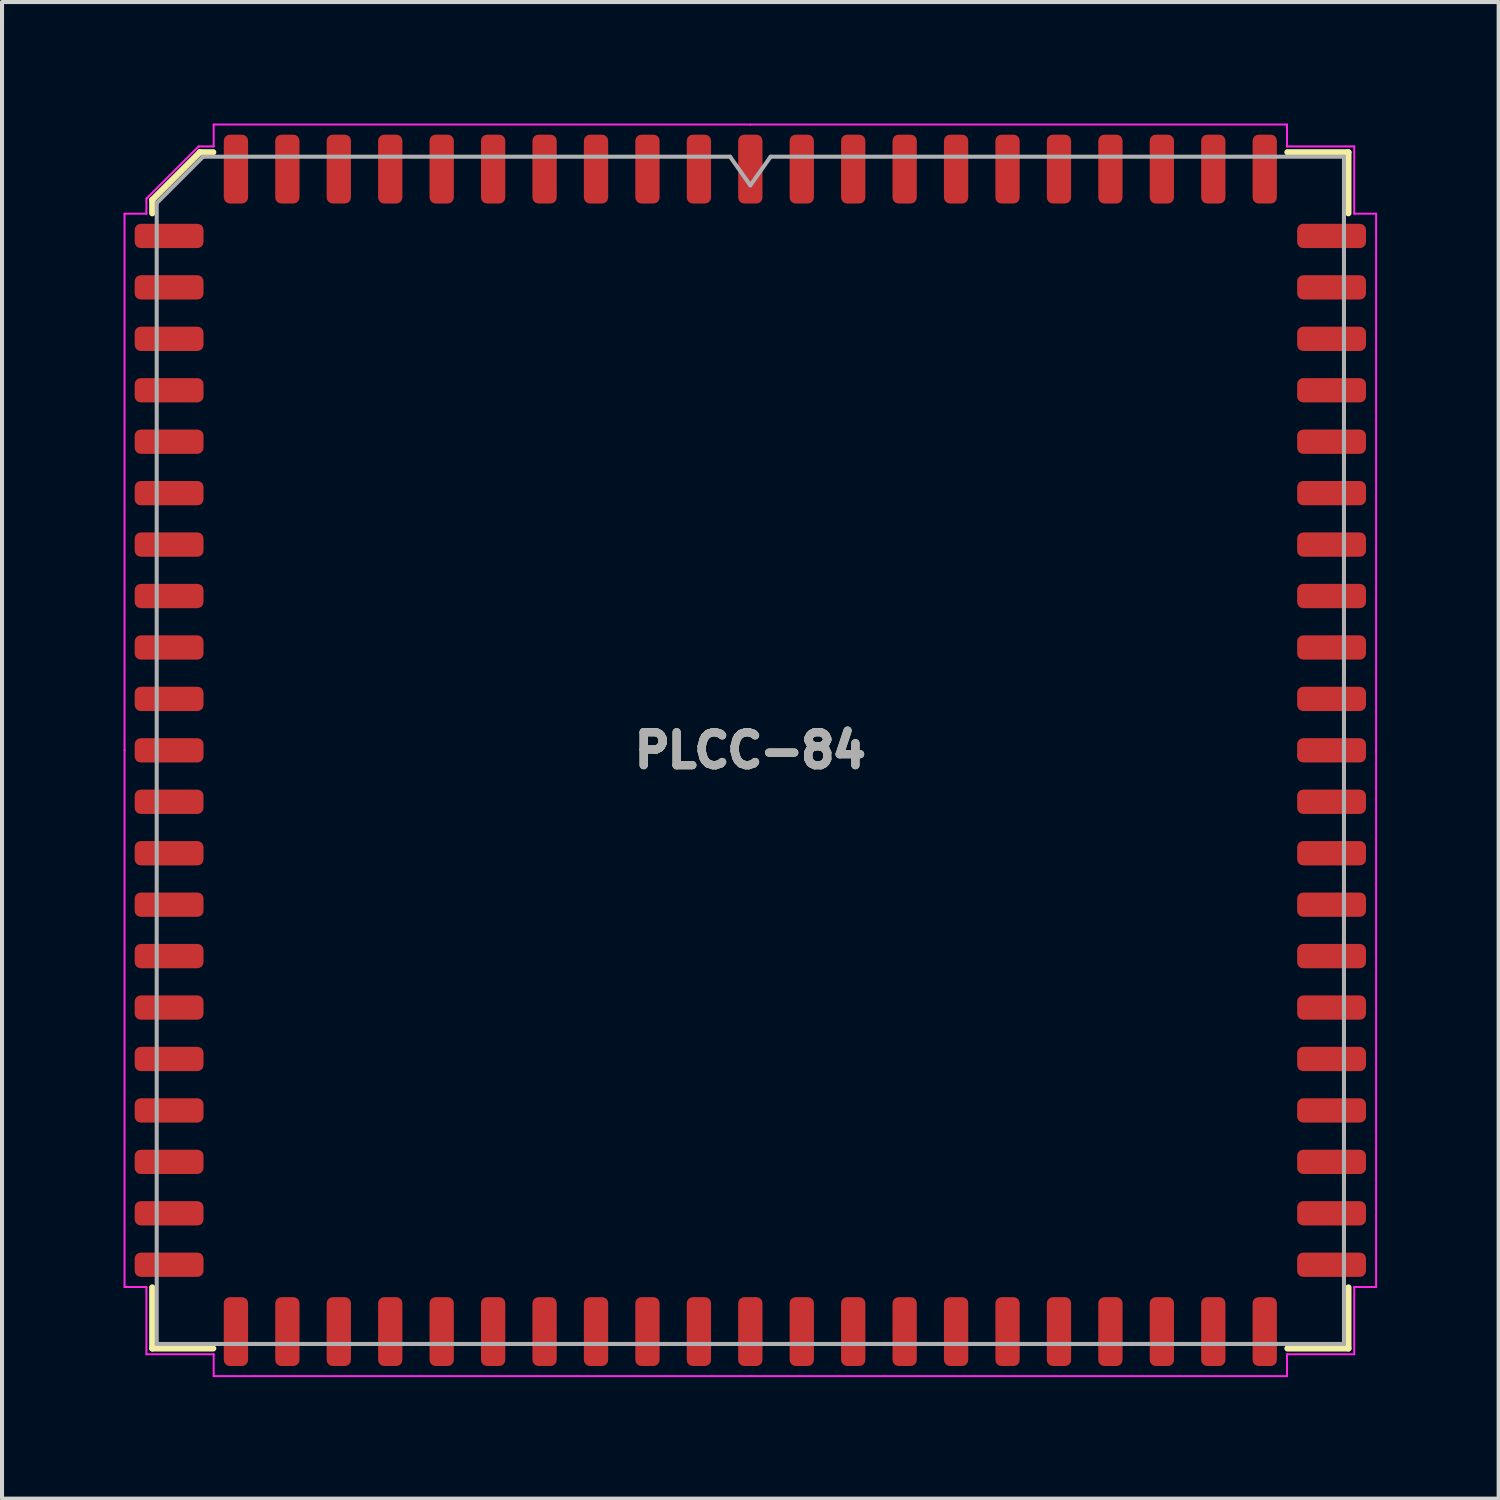
<source format=kicad_pcb>
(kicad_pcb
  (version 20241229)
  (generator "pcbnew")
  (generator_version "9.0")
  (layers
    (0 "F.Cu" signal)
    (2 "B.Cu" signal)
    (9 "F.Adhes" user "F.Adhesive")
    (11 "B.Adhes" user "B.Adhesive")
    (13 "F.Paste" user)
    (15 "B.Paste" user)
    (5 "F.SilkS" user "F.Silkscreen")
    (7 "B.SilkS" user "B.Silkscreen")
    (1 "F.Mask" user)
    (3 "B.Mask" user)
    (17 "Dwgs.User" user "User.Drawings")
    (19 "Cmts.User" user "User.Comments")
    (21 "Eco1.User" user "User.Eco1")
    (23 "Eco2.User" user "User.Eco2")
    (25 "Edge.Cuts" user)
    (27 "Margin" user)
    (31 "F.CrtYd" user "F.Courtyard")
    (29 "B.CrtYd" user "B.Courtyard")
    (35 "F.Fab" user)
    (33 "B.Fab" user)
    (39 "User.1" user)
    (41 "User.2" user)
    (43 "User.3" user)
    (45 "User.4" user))
  (footprint "PLCC-84"
    (layer "F.Cu")
    (at 15.475 15.475)
    (property "Reference" "PLCC-84" (at 0 0 0) (layer "F.Fab") (effects (font (size 0.813 0.813) (thickness 0.203))))
    (attr smd)
    (fp_line (start -14.766 -13.591) (end -14.766 -13.26) (stroke (width 0.152) (type solid)) (layer "F.SilkS"))
    (fp_line (start -14.766 14.766) (end -14.766 13.26) (stroke (width 0.152) (type solid)) (layer "F.SilkS"))
    (fp_line (start -13.591 -14.766) (end -14.766 -13.591) (stroke (width 0.152) (type solid)) (layer "F.SilkS"))
    (fp_line (start -13.26 -14.766) (end -13.591 -14.766) (stroke (width 0.152) (type solid)) (layer "F.SilkS"))
    (fp_line (start -13.26 14.766) (end -14.766 14.766) (stroke (width 0.152) (type solid)) (layer "F.SilkS"))
    (fp_line (start 13.26 -14.766) (end 14.766 -14.766) (stroke (width 0.152) (type solid)) (layer "F.SilkS"))
    (fp_line (start 13.26 14.766) (end 14.766 14.766) (stroke (width 0.152) (type solid)) (layer "F.SilkS"))
    (fp_line (start 14.766 -14.766) (end 14.766 -13.26) (stroke (width 0.152) (type solid)) (layer "F.SilkS"))
    (fp_line (start 14.766 14.766) (end 14.766 13.26) (stroke (width 0.152) (type solid)) (layer "F.SilkS"))
    (fp_line (start -15.45 -13.25) (end -15.45 0) (stroke (width 0.05) (type solid)) (layer "F.CrtYd"))
    (fp_line (start -15.45 13.25) (end -15.45 0) (stroke (width 0.05) (type solid)) (layer "F.CrtYd"))
    (fp_line (start -14.91 -13.62) (end -14.91 -13.25) (stroke (width 0.05) (type solid)) (layer "F.CrtYd"))
    (fp_line (start -14.91 -13.25) (end -15.45 -13.25) (stroke (width 0.05) (type solid)) (layer "F.CrtYd"))
    (fp_line (start -14.91 13.25) (end -15.45 13.25) (stroke (width 0.05) (type solid)) (layer "F.CrtYd"))
    (fp_line (start -14.91 14.91) (end -14.91 13.25) (stroke (width 0.05) (type solid)) (layer "F.CrtYd"))
    (fp_line (start -13.62 -14.91) (end -14.91 -13.62) (stroke (width 0.05) (type solid)) (layer "F.CrtYd"))
    (fp_line (start -13.25 -15.45) (end -13.25 -14.91) (stroke (width 0.05) (type solid)) (layer "F.CrtYd"))
    (fp_line (start -13.25 -14.91) (end -13.62 -14.91) (stroke (width 0.05) (type solid)) (layer "F.CrtYd"))
    (fp_line (start -13.25 14.91) (end -14.91 14.91) (stroke (width 0.05) (type solid)) (layer "F.CrtYd"))
    (fp_line (start -13.25 15.45) (end -13.25 14.91) (stroke (width 0.05) (type solid)) (layer "F.CrtYd"))
    (fp_line (start 0 -15.45) (end -13.25 -15.45) (stroke (width 0.05) (type solid)) (layer "F.CrtYd"))
    (fp_line (start 0 -15.45) (end 13.25 -15.45) (stroke (width 0.05) (type solid)) (layer "F.CrtYd"))
    (fp_line (start 0 15.45) (end -13.25 15.45) (stroke (width 0.05) (type solid)) (layer "F.CrtYd"))
    (fp_line (start 0 15.45) (end 13.25 15.45) (stroke (width 0.05) (type solid)) (layer "F.CrtYd"))
    (fp_line (start 13.25 -15.45) (end 13.25 -14.91) (stroke (width 0.05) (type solid)) (layer "F.CrtYd"))
    (fp_line (start 13.25 -14.91) (end 14.91 -14.91) (stroke (width 0.05) (type solid)) (layer "F.CrtYd"))
    (fp_line (start 13.25 14.91) (end 14.91 14.91) (stroke (width 0.05) (type solid)) (layer "F.CrtYd"))
    (fp_line (start 13.25 15.45) (end 13.25 14.91) (stroke (width 0.05) (type solid)) (layer "F.CrtYd"))
    (fp_line (start 14.91 -14.91) (end 14.91 -13.25) (stroke (width 0.05) (type solid)) (layer "F.CrtYd"))
    (fp_line (start 14.91 -13.25) (end 15.45 -13.25) (stroke (width 0.05) (type solid)) (layer "F.CrtYd"))
    (fp_line (start 14.91 13.25) (end 15.45 13.25) (stroke (width 0.05) (type solid)) (layer "F.CrtYd"))
    (fp_line (start 14.91 14.91) (end 14.91 13.25) (stroke (width 0.05) (type solid)) (layer "F.CrtYd"))
    (fp_line (start 15.45 -13.25) (end 15.45 0) (stroke (width 0.05) (type solid)) (layer "F.CrtYd"))
    (fp_line (start 15.45 13.25) (end 15.45 0) (stroke (width 0.05) (type solid)) (layer "F.CrtYd"))
    (fp_line (start -14.656 -13.513) (end -13.513 -14.656) (stroke (width 0.1) (type solid)) (layer "F.Fab"))
    (fp_line (start -14.656 14.656) (end -14.656 -13.513) (stroke (width 0.1) (type solid)) (layer "F.Fab"))
    (fp_line (start -13.513 -14.656) (end -0.5 -14.656) (stroke (width 0.1) (type solid)) (layer "F.Fab"))
    (fp_line (start -0.5 -14.656) (end 0 -13.949) (stroke (width 0.1) (type solid)) (layer "F.Fab"))
    (fp_line (start 0 -13.949) (end 0.5 -14.656) (stroke (width 0.1) (type solid)) (layer "F.Fab"))
    (fp_line (start 0.5 -14.656) (end 14.656 -14.656) (stroke (width 0.1) (type solid)) (layer "F.Fab"))
    (fp_line (start 14.656 -14.656) (end 14.656 14.656) (stroke (width 0.1) (type solid)) (layer "F.Fab"))
    (fp_line (start 14.656 14.656) (end -14.656 14.656) (stroke (width 0.1) (type solid)) (layer "F.Fab"))
    (fp_text user "${REFERENCE}" (at 0 0 0) (layer "F.SilkS") (effects (font (size 0.813 0.813) (thickness 0.203))))
    (pad "1" smd roundrect (at 0 -14.35) (size 0.6 1.7) (layers "F.Cu" "F.Mask" "F.Paste") (roundrect_rratio 0.25))
    (pad "2" smd roundrect (at -1.27 -14.35) (size 0.6 1.7) (layers "F.Cu" "F.Mask" "F.Paste") (roundrect_rratio 0.25))
    (pad "3" smd roundrect (at -2.54 -14.35) (size 0.6 1.7) (layers "F.Cu" "F.Mask" "F.Paste") (roundrect_rratio 0.25))
    (pad "4" smd roundrect (at -3.81 -14.35) (size 0.6 1.7) (layers "F.Cu" "F.Mask" "F.Paste") (roundrect_rratio 0.25))
    (pad "5" smd roundrect (at -5.08 -14.35) (size 0.6 1.7) (layers "F.Cu" "F.Mask" "F.Paste") (roundrect_rratio 0.25))
    (pad "6" smd roundrect (at -6.35 -14.35) (size 0.6 1.7) (layers "F.Cu" "F.Mask" "F.Paste") (roundrect_rratio 0.25))
    (pad "7" smd roundrect (at -7.62 -14.35) (size 0.6 1.7) (layers "F.Cu" "F.Mask" "F.Paste") (roundrect_rratio 0.25))
    (pad "8" smd roundrect (at -8.89 -14.35) (size 0.6 1.7) (layers "F.Cu" "F.Mask" "F.Paste") (roundrect_rratio 0.25))
    (pad "9" smd roundrect (at -10.16 -14.35) (size 0.6 1.7) (layers "F.Cu" "F.Mask" "F.Paste") (roundrect_rratio 0.25))
    (pad "10" smd roundrect (at -11.43 -14.35) (size 0.6 1.7) (layers "F.Cu" "F.Mask" "F.Paste") (roundrect_rratio 0.25))
    (pad "11" smd roundrect (at -12.7 -14.35) (size 0.6 1.7) (layers "F.Cu" "F.Mask" "F.Paste") (roundrect_rratio 0.25))
    (pad "12" smd roundrect (at -14.35 -12.7) (size 1.7 0.6) (layers "F.Cu" "F.Mask" "F.Paste") (roundrect_rratio 0.25))
    (pad "13" smd roundrect (at -14.35 -11.43) (size 1.7 0.6) (layers "F.Cu" "F.Mask" "F.Paste") (roundrect_rratio 0.25))
    (pad "14" smd roundrect (at -14.35 -10.16) (size 1.7 0.6) (layers "F.Cu" "F.Mask" "F.Paste") (roundrect_rratio 0.25))
    (pad "15" smd roundrect (at -14.35 -8.89) (size 1.7 0.6) (layers "F.Cu" "F.Mask" "F.Paste") (roundrect_rratio 0.25))
    (pad "16" smd roundrect (at -14.35 -7.62) (size 1.7 0.6) (layers "F.Cu" "F.Mask" "F.Paste") (roundrect_rratio 0.25))
    (pad "17" smd roundrect (at -14.35 -6.35) (size 1.7 0.6) (layers "F.Cu" "F.Mask" "F.Paste") (roundrect_rratio 0.25))
    (pad "18" smd roundrect (at -14.35 -5.08) (size 1.7 0.6) (layers "F.Cu" "F.Mask" "F.Paste") (roundrect_rratio 0.25))
    (pad "19" smd roundrect (at -14.35 -3.81) (size 1.7 0.6) (layers "F.Cu" "F.Mask" "F.Paste") (roundrect_rratio 0.25))
    (pad "20" smd roundrect (at -14.35 -2.54) (size 1.7 0.6) (layers "F.Cu" "F.Mask" "F.Paste") (roundrect_rratio 0.25))
    (pad "21" smd roundrect (at -14.35 -1.27) (size 1.7 0.6) (layers "F.Cu" "F.Mask" "F.Paste") (roundrect_rratio 0.25))
    (pad "22" smd roundrect (at -14.35 0) (size 1.7 0.6) (layers "F.Cu" "F.Mask" "F.Paste") (roundrect_rratio 0.25))
    (pad "23" smd roundrect (at -14.35 1.27) (size 1.7 0.6) (layers "F.Cu" "F.Mask" "F.Paste") (roundrect_rratio 0.25))
    (pad "24" smd roundrect (at -14.35 2.54) (size 1.7 0.6) (layers "F.Cu" "F.Mask" "F.Paste") (roundrect_rratio 0.25))
    (pad "25" smd roundrect (at -14.35 3.81) (size 1.7 0.6) (layers "F.Cu" "F.Mask" "F.Paste") (roundrect_rratio 0.25))
    (pad "26" smd roundrect (at -14.35 5.08) (size 1.7 0.6) (layers "F.Cu" "F.Mask" "F.Paste") (roundrect_rratio 0.25))
    (pad "27" smd roundrect (at -14.35 6.35) (size 1.7 0.6) (layers "F.Cu" "F.Mask" "F.Paste") (roundrect_rratio 0.25))
    (pad "28" smd roundrect (at -14.35 7.62) (size 1.7 0.6) (layers "F.Cu" "F.Mask" "F.Paste") (roundrect_rratio 0.25))
    (pad "29" smd roundrect (at -14.35 8.89) (size 1.7 0.6) (layers "F.Cu" "F.Mask" "F.Paste") (roundrect_rratio 0.25))
    (pad "30" smd roundrect (at -14.35 10.16) (size 1.7 0.6) (layers "F.Cu" "F.Mask" "F.Paste") (roundrect_rratio 0.25))
    (pad "31" smd roundrect (at -14.35 11.43) (size 1.7 0.6) (layers "F.Cu" "F.Mask" "F.Paste") (roundrect_rratio 0.25))
    (pad "32" smd roundrect (at -14.35 12.7) (size 1.7 0.6) (layers "F.Cu" "F.Mask" "F.Paste") (roundrect_rratio 0.25))
    (pad "33" smd roundrect (at -12.7 14.35) (size 0.6 1.7) (layers "F.Cu" "F.Mask" "F.Paste") (roundrect_rratio 0.25))
    (pad "34" smd roundrect (at -11.43 14.35) (size 0.6 1.7) (layers "F.Cu" "F.Mask" "F.Paste") (roundrect_rratio 0.25))
    (pad "35" smd roundrect (at -10.16 14.35) (size 0.6 1.7) (layers "F.Cu" "F.Mask" "F.Paste") (roundrect_rratio 0.25))
    (pad "36" smd roundrect (at -8.89 14.35) (size 0.6 1.7) (layers "F.Cu" "F.Mask" "F.Paste") (roundrect_rratio 0.25))
    (pad "37" smd roundrect (at -7.62 14.35) (size 0.6 1.7) (layers "F.Cu" "F.Mask" "F.Paste") (roundrect_rratio 0.25))
    (pad "38" smd roundrect (at -6.35 14.35) (size 0.6 1.7) (layers "F.Cu" "F.Mask" "F.Paste") (roundrect_rratio 0.25))
    (pad "39" smd roundrect (at -5.08 14.35) (size 0.6 1.7) (layers "F.Cu" "F.Mask" "F.Paste") (roundrect_rratio 0.25))
    (pad "40" smd roundrect (at -3.81 14.35) (size 0.6 1.7) (layers "F.Cu" "F.Mask" "F.Paste") (roundrect_rratio 0.25))
    (pad "41" smd roundrect (at -2.54 14.35) (size 0.6 1.7) (layers "F.Cu" "F.Mask" "F.Paste") (roundrect_rratio 0.25))
    (pad "42" smd roundrect (at -1.27 14.35) (size 0.6 1.7) (layers "F.Cu" "F.Mask" "F.Paste") (roundrect_rratio 0.25))
    (pad "43" smd roundrect (at 0 14.35) (size 0.6 1.7) (layers "F.Cu" "F.Mask" "F.Paste") (roundrect_rratio 0.25))
    (pad "44" smd roundrect (at 1.27 14.35) (size 0.6 1.7) (layers "F.Cu" "F.Mask" "F.Paste") (roundrect_rratio 0.25))
    (pad "45" smd roundrect (at 2.54 14.35) (size 0.6 1.7) (layers "F.Cu" "F.Mask" "F.Paste") (roundrect_rratio 0.25))
    (pad "46" smd roundrect (at 3.81 14.35) (size 0.6 1.7) (layers "F.Cu" "F.Mask" "F.Paste") (roundrect_rratio 0.25))
    (pad "47" smd roundrect (at 5.08 14.35) (size 0.6 1.7) (layers "F.Cu" "F.Mask" "F.Paste") (roundrect_rratio 0.25))
    (pad "48" smd roundrect (at 6.35 14.35) (size 0.6 1.7) (layers "F.Cu" "F.Mask" "F.Paste") (roundrect_rratio 0.25))
    (pad "49" smd roundrect (at 7.62 14.35) (size 0.6 1.7) (layers "F.Cu" "F.Mask" "F.Paste") (roundrect_rratio 0.25))
    (pad "50" smd roundrect (at 8.89 14.35) (size 0.6 1.7) (layers "F.Cu" "F.Mask" "F.Paste") (roundrect_rratio 0.25))
    (pad "51" smd roundrect (at 10.16 14.35) (size 0.6 1.7) (layers "F.Cu" "F.Mask" "F.Paste") (roundrect_rratio 0.25))
    (pad "52" smd roundrect (at 11.43 14.35) (size 0.6 1.7) (layers "F.Cu" "F.Mask" "F.Paste") (roundrect_rratio 0.25))
    (pad "53" smd roundrect (at 12.7 14.35) (size 0.6 1.7) (layers "F.Cu" "F.Mask" "F.Paste") (roundrect_rratio 0.25))
    (pad "54" smd roundrect (at 14.35 12.7) (size 1.7 0.6) (layers "F.Cu" "F.Mask" "F.Paste") (roundrect_rratio 0.25))
    (pad "55" smd roundrect (at 14.35 11.43) (size 1.7 0.6) (layers "F.Cu" "F.Mask" "F.Paste") (roundrect_rratio 0.25))
    (pad "56" smd roundrect (at 14.35 10.16) (size 1.7 0.6) (layers "F.Cu" "F.Mask" "F.Paste") (roundrect_rratio 0.25))
    (pad "57" smd roundrect (at 14.35 8.89) (size 1.7 0.6) (layers "F.Cu" "F.Mask" "F.Paste") (roundrect_rratio 0.25))
    (pad "58" smd roundrect (at 14.35 7.62) (size 1.7 0.6) (layers "F.Cu" "F.Mask" "F.Paste") (roundrect_rratio 0.25))
    (pad "59" smd roundrect (at 14.35 6.35) (size 1.7 0.6) (layers "F.Cu" "F.Mask" "F.Paste") (roundrect_rratio 0.25))
    (pad "60" smd roundrect (at 14.35 5.08) (size 1.7 0.6) (layers "F.Cu" "F.Mask" "F.Paste") (roundrect_rratio 0.25))
    (pad "61" smd roundrect (at 14.35 3.81) (size 1.7 0.6) (layers "F.Cu" "F.Mask" "F.Paste") (roundrect_rratio 0.25))
    (pad "62" smd roundrect (at 14.35 2.54) (size 1.7 0.6) (layers "F.Cu" "F.Mask" "F.Paste") (roundrect_rratio 0.25))
    (pad "63" smd roundrect (at 14.35 1.27) (size 1.7 0.6) (layers "F.Cu" "F.Mask" "F.Paste") (roundrect_rratio 0.25))
    (pad "64" smd roundrect (at 14.35 0) (size 1.7 0.6) (layers "F.Cu" "F.Mask" "F.Paste") (roundrect_rratio 0.25))
    (pad "65" smd roundrect (at 14.35 -1.27) (size 1.7 0.6) (layers "F.Cu" "F.Mask" "F.Paste") (roundrect_rratio 0.25))
    (pad "66" smd roundrect (at 14.35 -2.54) (size 1.7 0.6) (layers "F.Cu" "F.Mask" "F.Paste") (roundrect_rratio 0.25))
    (pad "67" smd roundrect (at 14.35 -3.81) (size 1.7 0.6) (layers "F.Cu" "F.Mask" "F.Paste") (roundrect_rratio 0.25))
    (pad "68" smd roundrect (at 14.35 -5.08) (size 1.7 0.6) (layers "F.Cu" "F.Mask" "F.Paste") (roundrect_rratio 0.25))
    (pad "69" smd roundrect (at 14.35 -6.35) (size 1.7 0.6) (layers "F.Cu" "F.Mask" "F.Paste") (roundrect_rratio 0.25))
    (pad "70" smd roundrect (at 14.35 -7.62) (size 1.7 0.6) (layers "F.Cu" "F.Mask" "F.Paste") (roundrect_rratio 0.25))
    (pad "71" smd roundrect (at 14.35 -8.89) (size 1.7 0.6) (layers "F.Cu" "F.Mask" "F.Paste") (roundrect_rratio 0.25))
    (pad "72" smd roundrect (at 14.35 -10.16) (size 1.7 0.6) (layers "F.Cu" "F.Mask" "F.Paste") (roundrect_rratio 0.25))
    (pad "73" smd roundrect (at 14.35 -11.43) (size 1.7 0.6) (layers "F.Cu" "F.Mask" "F.Paste") (roundrect_rratio 0.25))
    (pad "74" smd roundrect (at 14.35 -12.7) (size 1.7 0.6) (layers "F.Cu" "F.Mask" "F.Paste") (roundrect_rratio 0.25))
    (pad "75" smd roundrect (at 12.7 -14.35) (size 0.6 1.7) (layers "F.Cu" "F.Mask" "F.Paste") (roundrect_rratio 0.25))
    (pad "76" smd roundrect (at 11.43 -14.35) (size 0.6 1.7) (layers "F.Cu" "F.Mask" "F.Paste") (roundrect_rratio 0.25))
    (pad "77" smd roundrect (at 10.16 -14.35) (size 0.6 1.7) (layers "F.Cu" "F.Mask" "F.Paste") (roundrect_rratio 0.25))
    (pad "78" smd roundrect (at 8.89 -14.35) (size 0.6 1.7) (layers "F.Cu" "F.Mask" "F.Paste") (roundrect_rratio 0.25))
    (pad "79" smd roundrect (at 7.62 -14.35) (size 0.6 1.7) (layers "F.Cu" "F.Mask" "F.Paste") (roundrect_rratio 0.25))
    (pad "80" smd roundrect (at 6.35 -14.35) (size 0.6 1.7) (layers "F.Cu" "F.Mask" "F.Paste") (roundrect_rratio 0.25))
    (pad "81" smd roundrect (at 5.08 -14.35) (size 0.6 1.7) (layers "F.Cu" "F.Mask" "F.Paste") (roundrect_rratio 0.25))
    (pad "82" smd roundrect (at 3.81 -14.35) (size 0.6 1.7) (layers "F.Cu" "F.Mask" "F.Paste") (roundrect_rratio 0.25))
    (pad "83" smd roundrect (at 2.54 -14.35) (size 0.6 1.7) (layers "F.Cu" "F.Mask" "F.Paste") (roundrect_rratio 0.25))
    (pad "84" smd roundrect (at 1.27 -14.35) (size 0.6 1.7) (layers "F.Cu" "F.Mask" "F.Paste") (roundrect_rratio 0.25)))
  (gr_rect
    (start -3 -3)
    (end 33.95 33.95)
    (stroke (width 0.1) (type default))
    (fill no)
    (layer "Edge.Cuts")))
</source>
